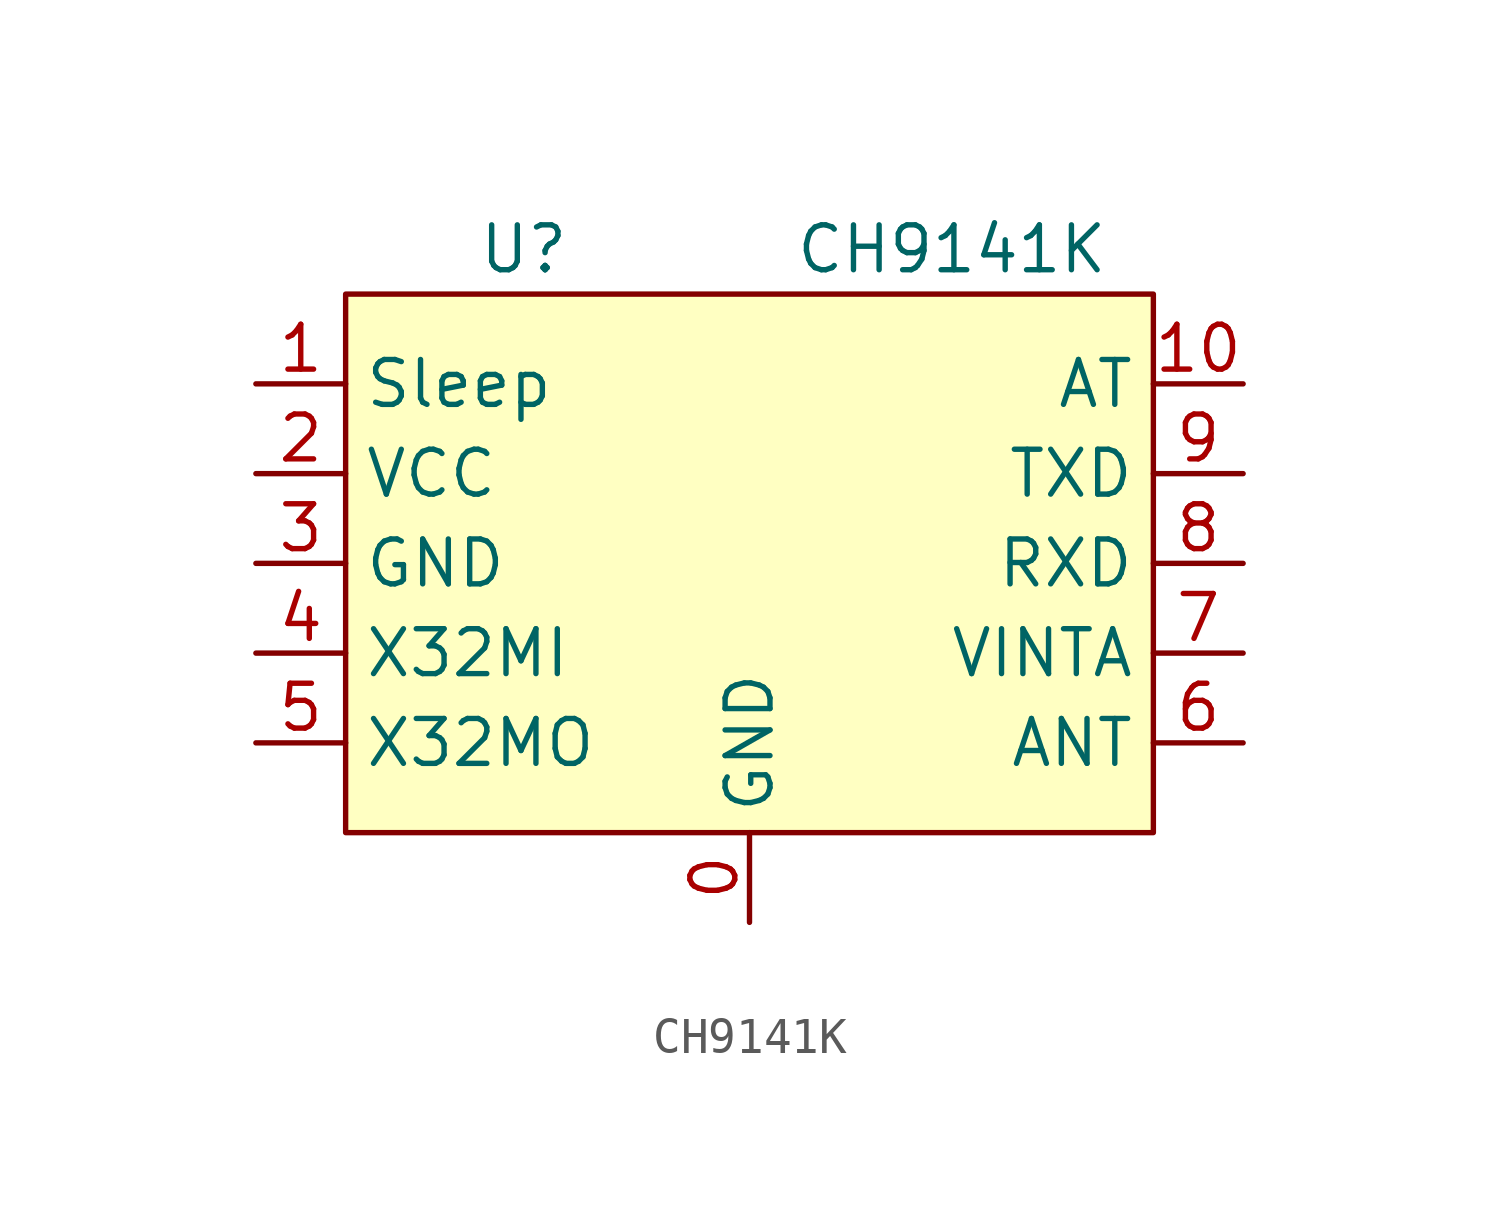
<source format=kicad_sym>
(kicad_symbol_lib
  (version 20220914)
  (generator kicad_symbol_editor)
  (symbol "CH9141K"
    (property "Reference" "U"
      (at -5.08 12.7 0)
      (effects (font (size 1.27 1.27)) (justify right)))
    (property "Value" "CH9141K"
      (at 1.27 12.7 0)
      (effects (font (size 1.27 1.27)) (justify left)))
    (symbol "CH9141K_0_1"
      (rectangle (start -11.43 11.43) (end 11.43 -3.81) (stroke (width 0) (type default)) (fill (type background))))
    (symbol "CH9141K_1_1"
      (pin passive line (at 0 -6.35 90) (length 2.54) (name "GND" (effects (font (size 1.27 1.27)))) (number "0" (effects (font (size 1.27 1.27)))))
      (pin input line (at -13.97 8.89 0) (length 2.54) (name "Sleep" (effects (font (size 1.27 1.27)))) (number "1" (effects (font (size 1.27 1.27)))))
      (pin input line (at 13.97 8.89 180) (length 2.54) (name "AT" (effects (font (size 1.27 1.27)))) (number "10" (effects (font (size 1.27 1.27)))))
      (pin passive line (at -13.97 6.35 0) (length 2.54) (name "VCC" (effects (font (size 1.27 1.27)))) (number "2" (effects (font (size 1.27 1.27)))))
      (pin passive line (at -13.97 3.81 0) (length 2.54) (name "GND" (effects (font (size 1.27 1.27)))) (number "3" (effects (font (size 1.27 1.27)))))
      (pin input line (at -13.97 1.27 0) (length 2.54) (name "X32MI" (effects (font (size 1.27 1.27)))) (number "4" (effects (font (size 1.27 1.27)))))
      (pin output line (at -13.97 -1.27 0) (length 2.54) (name "X32MO" (effects (font (size 1.27 1.27)))) (number "5" (effects (font (size 1.27 1.27)))))
      (pin passive line (at 13.97 -1.27 180) (length 2.54) (name "ANT" (effects (font (size 1.27 1.27)))) (number "6" (effects (font (size 1.27 1.27)))))
      (pin passive line (at 13.97 1.27 180) (length 2.54) (name "VINTA" (effects (font (size 1.27 1.27)))) (number "7" (effects (font (size 1.27 1.27)))))
      (pin input line (at 13.97 3.81 180) (length 2.54) (name "RXD" (effects (font (size 1.27 1.27)))) (number "8" (effects (font (size 1.27 1.27)))))
      (pin output line (at 13.97 6.35 180) (length 2.54) (name "TXD" (effects (font (size 1.27 1.27)))) (number "9" (effects (font (size 1.27 1.27))))))))
</source>
